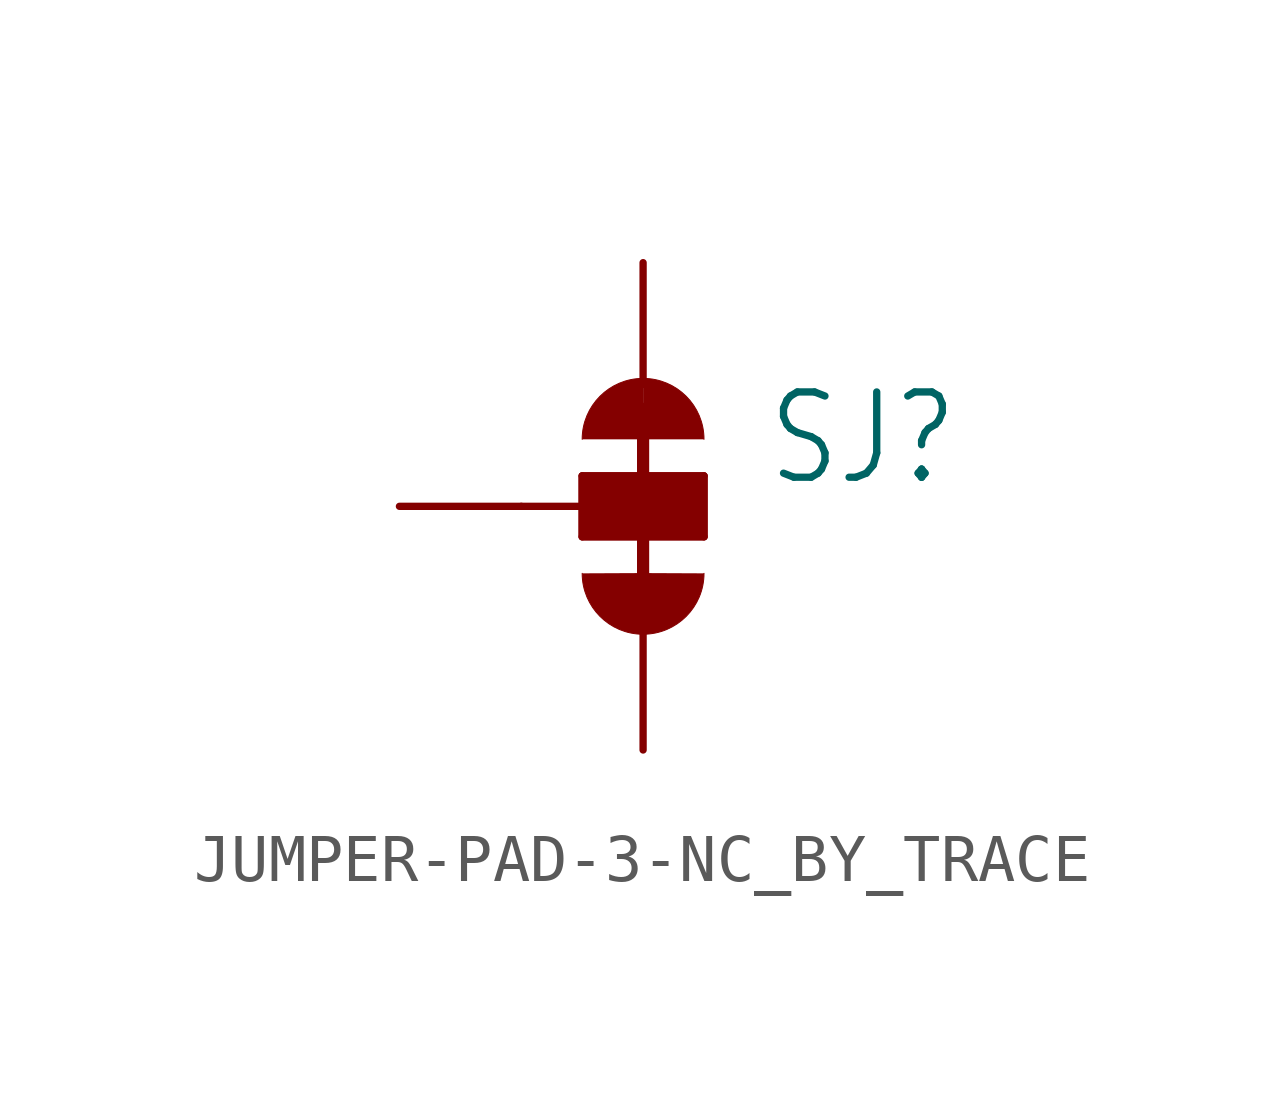
<source format=kicad_sym>
(kicad_symbol_lib
  (version 20220914)
  (generator kicad_symbol_editor)
  (symbol "JUMPER-PAD-3-NC_BY_TRACE"
    (property "Reference" "SJ"
      (at 2.54 0.381 0)
      (effects (font (size 1.778 1.511)) (justify left bottom)))
    (property "Value" ""
      (at 2.54 -1.905 0)
      (effects (font (size 1.778 1.511)) (justify left bottom)))
    (property "ki_locked" ""
      (at 0 0 0)
      (effects (font (size 1.27 1.27))))
    (symbol "JUMPER-PAD-3-NC_BY_TRACE_1_0"
      (arc (start -1.27 -1.397) (mid 0 -2.667) (end 1.27 -1.397) (stroke (width 0.0001) (type solid)) (fill (type outline)))
      (rectangle (start -1.27 -0.635) (end 1.27 0.635) (stroke (width 0) (type default)) (fill (type outline)))
      (polyline (pts (xy -2.54 0) (xy -1.27 0)) (stroke (width 0.152) (type solid)) (fill (type none)))
      (polyline (pts (xy -1.27 -0.635) (xy -1.27 0)) (stroke (width 0.152) (type solid)) (fill (type none)))
      (polyline (pts (xy -1.27 0) (xy -1.27 0.635)) (stroke (width 0.152) (type solid)) (fill (type none)))
      (polyline (pts (xy -1.27 0.635) (xy 1.27 0.635)) (stroke (width 0.152) (type solid)) (fill (type none)))
      (polyline (pts (xy 0 2.032) (xy 0 -1.778)) (stroke (width 0.254) (type solid)) (fill (type none)))
      (polyline (pts (xy 1.27 -0.635) (xy -1.27 -0.635)) (stroke (width 0.152) (type solid)) (fill (type none)))
      (polyline (pts (xy 1.27 0.635) (xy 1.27 -0.635)) (stroke (width 0.152) (type solid)) (fill (type none)))
      (arc (start 0 2.667) (mid -0.898 2.295) (end -1.27 1.397) (stroke (width 0.0001) (type solid)) (fill (type outline)))
      (arc (start 1.27 1.397) (mid 0.898 2.295) (end 0 2.667) (stroke (width 0.0001) (type solid)) (fill (type outline)))
      (pin passive line (at 0 5.08 270) (length 2.54) (name "1" (effects (font (size 0 0)))) (number "1" (effects (font (size 0 0)))))
      (pin passive line (at -5.08 0 0) (length 2.54) (name "2" (effects (font (size 0 0)))) (number "2" (effects (font (size 0 0)))))
      (pin passive line (at 0 -5.08 90) (length 2.54) (name "3" (effects (font (size 0 0)))) (number "3" (effects (font (size 0 0))))))))
</source>
